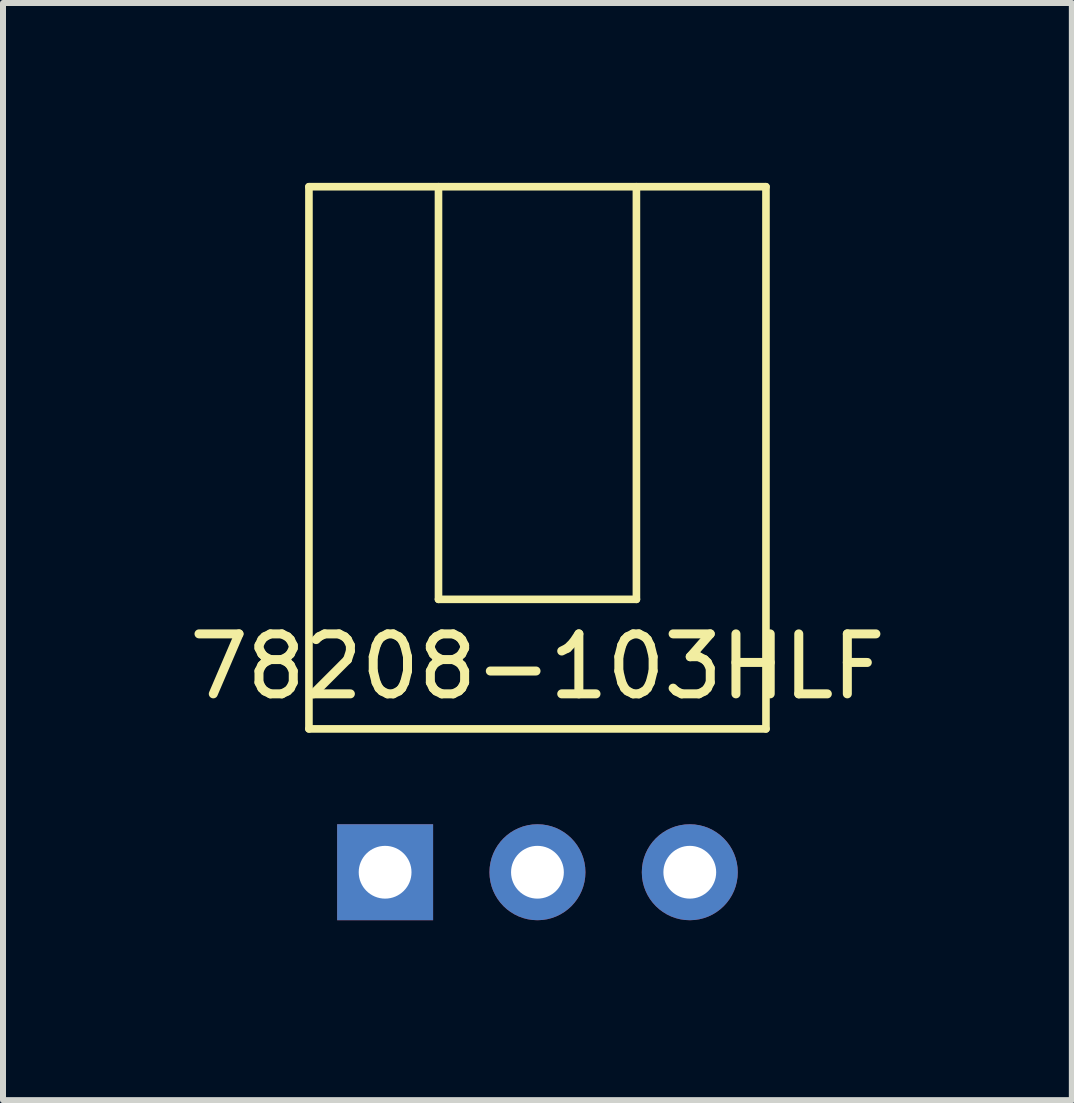
<source format=kicad_pcb>
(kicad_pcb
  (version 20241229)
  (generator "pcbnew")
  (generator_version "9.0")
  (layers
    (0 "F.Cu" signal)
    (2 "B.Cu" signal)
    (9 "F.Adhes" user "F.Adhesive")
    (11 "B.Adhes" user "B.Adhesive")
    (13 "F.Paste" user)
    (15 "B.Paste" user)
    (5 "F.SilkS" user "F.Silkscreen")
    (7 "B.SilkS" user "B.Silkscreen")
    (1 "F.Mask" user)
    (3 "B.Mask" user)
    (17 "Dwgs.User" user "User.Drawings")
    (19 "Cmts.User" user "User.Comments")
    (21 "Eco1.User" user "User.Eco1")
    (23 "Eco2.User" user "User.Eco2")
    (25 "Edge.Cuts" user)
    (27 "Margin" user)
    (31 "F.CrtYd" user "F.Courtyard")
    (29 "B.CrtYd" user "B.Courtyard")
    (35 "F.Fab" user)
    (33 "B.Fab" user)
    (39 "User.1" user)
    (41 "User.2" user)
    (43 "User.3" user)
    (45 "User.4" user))
  (footprint "78208-103HLF"
    (layer "F.Cu")
    (at 5.911 11.493)
    (property "Reference" "78208-103HLF" (at 0 -3.429 0) (layer "F.SilkS") (effects (font (size 1 1) (thickness 0.15))))
    (attr through_hole)
    (fp_line (start -3.81 -2.39) (end -3.81 -11.43) (stroke (width 0.127) (type solid)) (layer "F.SilkS"))
    (fp_line (start -1.65 -4.55) (end -1.65 -11.43) (stroke (width 0.127) (type solid)) (layer "F.SilkS"))
    (fp_line (start 1.65 -11.43) (end 1.65 -4.55) (stroke (width 0.127) (type solid)) (layer "F.SilkS"))
    (fp_line (start 1.65 -4.55) (end -1.65 -4.55) (stroke (width 0.127) (type solid)) (layer "F.SilkS"))
    (fp_line (start 3.81 -11.43) (end -3.81 -11.43) (stroke (width 0.127) (type solid)) (layer "F.SilkS"))
    (fp_line (start 3.81 -2.39) (end -3.81 -2.39) (stroke (width 0.127) (type solid)) (layer "F.SilkS"))
    (fp_line (start 3.81 -2.39) (end 3.81 -11.43) (stroke (width 0.127) (type solid)) (layer "F.SilkS"))
    (pad "1" thru_hole rect (at -2.54 0) (size 1.6 1.6) (drill 0.88) (layers "*.Cu" "*.Mask"))
    (pad "2" thru_hole circle (at 0 0) (size 1.6 1.6) (drill 0.88) (layers "*.Cu" "*.Mask"))
    (pad "3" thru_hole circle (at 2.54 0) (size 1.6 1.6) (drill 0.88) (layers "*.Cu" "*.Mask")))
  (gr_rect
    (start -3 -3)
    (end 14.821 15.293)
    (stroke (width 0.1) (type default))
    (fill no)
    (layer "Edge.Cuts")))
</source>
